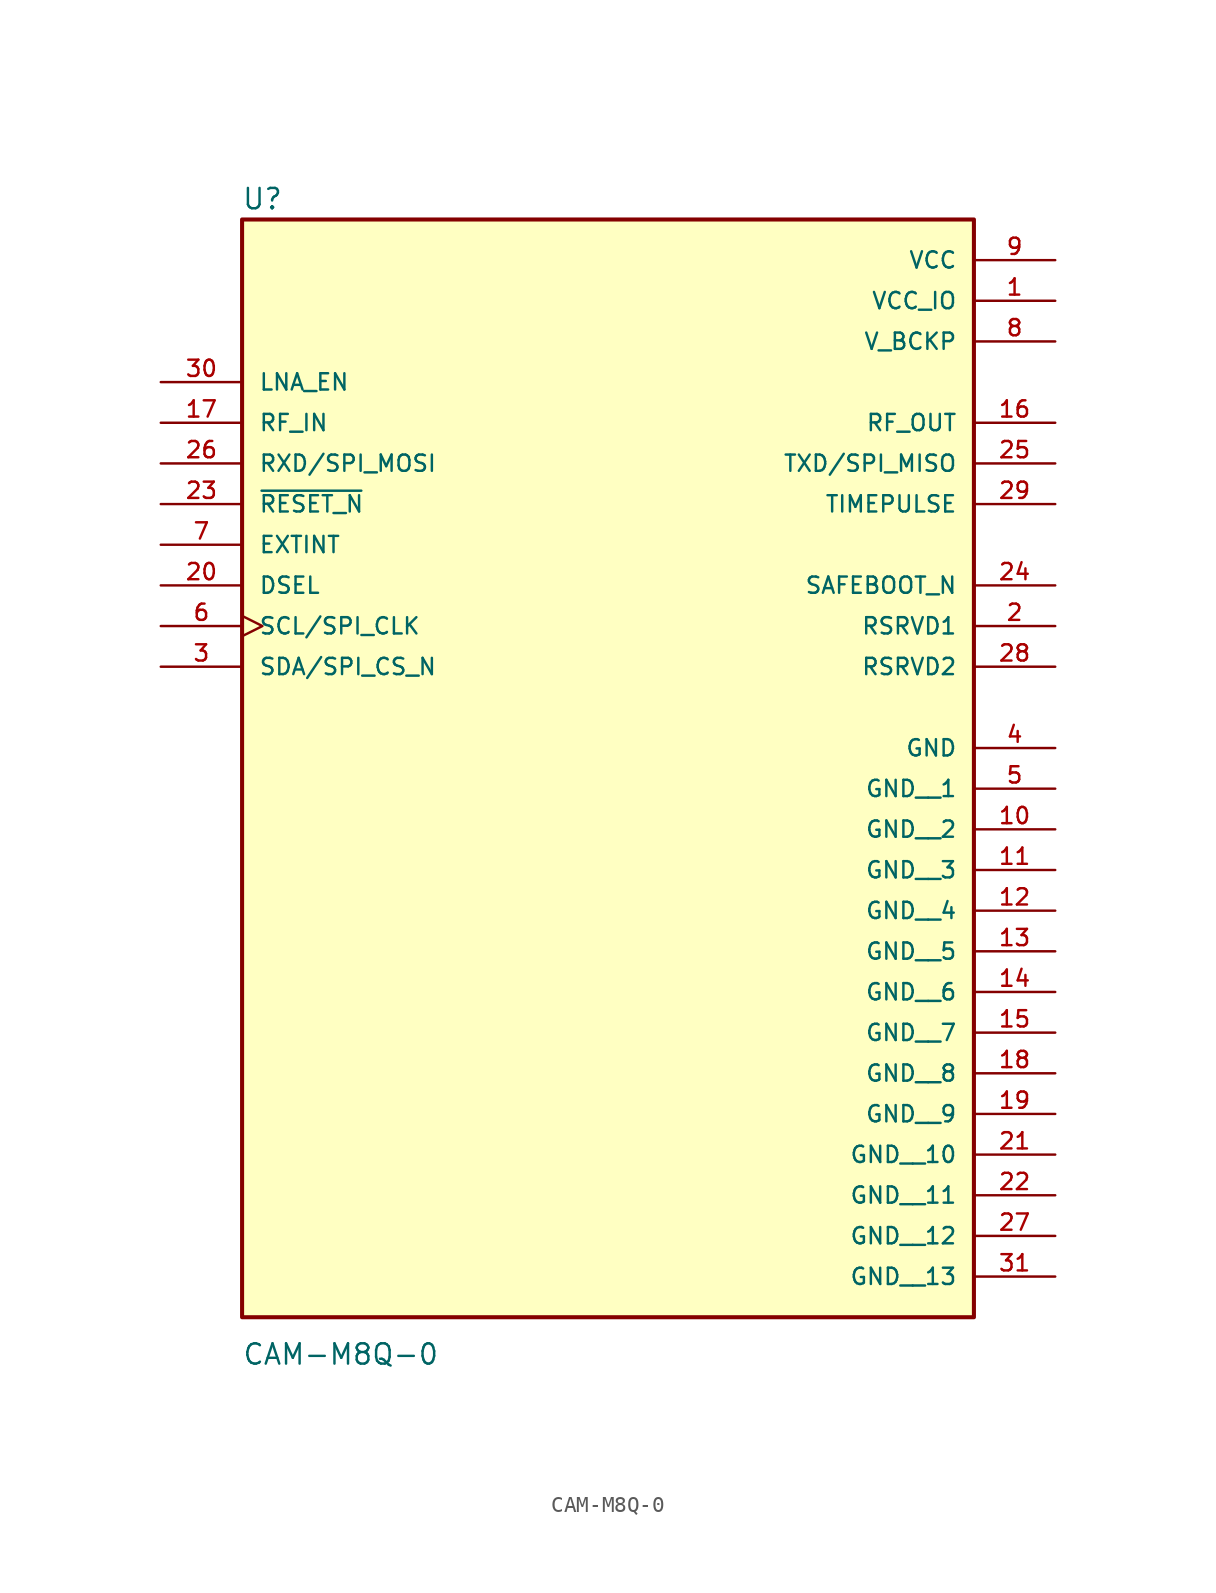
<source format=kicad_sym>
(kicad_symbol_lib
  (version 20211014)
  (generator kicad_symbol_editor)
  (symbol "CAM-M8Q-0"
    (pin_names
      (offset 1.016))
    (property "Reference" "U"
      (at -22.898 18.319 0)
      (effects (font (size 1.27 1.27)) (justify bottom left)))
    (property "Value" "CAM-M8Q-0"
      (at -22.874 -53.861 0)
      (effects (font (size 1.27 1.27)) (justify bottom left)))
    (symbol "CAM-M8Q-0_0_0"
      (rectangle (start -22.86 -50.8) (end 22.86 17.78) (stroke (width 0.254)) (fill (type background)))
      (pin power_in line (at 27.94 15.24 180.0) (length 5.08) (name "VCC" (effects (font (size 1.016 1.016)))) (number "9" (effects (font (size 1.016 1.016)))))
      (pin power_in line (at 27.94 -15.24 180.0) (length 5.08) (name "GND" (effects (font (size 1.016 1.016)))) (number "4" (effects (font (size 1.016 1.016)))))
      (pin power_in line (at 27.94 12.7 180.0) (length 5.08) (name "VCC_IO" (effects (font (size 1.016 1.016)))) (number "1" (effects (font (size 1.016 1.016)))))
      (pin power_in line (at 27.94 10.16 180.0) (length 5.08) (name "V_BCKP" (effects (font (size 1.016 1.016)))) (number "8" (effects (font (size 1.016 1.016)))))
      (pin input line (at -27.94 5.08 0) (length 5.08) (name "RF_IN" (effects (font (size 1.016 1.016)))) (number "17" (effects (font (size 1.016 1.016)))))
      (pin input line (at -27.94 7.62 0) (length 5.08) (name "LNA_EN" (effects (font (size 1.016 1.016)))) (number "30" (effects (font (size 1.016 1.016)))))
      (pin output line (at 27.94 5.08 180.0) (length 5.08) (name "RF_OUT" (effects (font (size 1.016 1.016)))) (number "16" (effects (font (size 1.016 1.016)))))
      (pin output line (at 27.94 2.54 180.0) (length 5.08) (name "TXD/SPI_MISO" (effects (font (size 1.016 1.016)))) (number "25" (effects (font (size 1.016 1.016)))))
      (pin input line (at -27.94 2.54 0) (length 5.08) (name "RXD/SPI_MOSI" (effects (font (size 1.016 1.016)))) (number "26" (effects (font (size 1.016 1.016)))))
      (pin input line (at -27.94 0.0 0) (length 5.08) (name "~{RESET_N}" (effects (font (size 1.016 1.016)))) (number "23" (effects (font (size 1.016 1.016)))))
      (pin input line (at -27.94 -2.54 0) (length 5.08) (name "EXTINT" (effects (font (size 1.016 1.016)))) (number "7" (effects (font (size 1.016 1.016)))))
      (pin input line (at -27.94 -5.08 0) (length 5.08) (name "DSEL" (effects (font (size 1.016 1.016)))) (number "20" (effects (font (size 1.016 1.016)))))
      (pin input clock (at -27.94 -7.62 0) (length 5.08) (name "SCL/SPI_CLK" (effects (font (size 1.016 1.016)))) (number "6" (effects (font (size 1.016 1.016)))))
      (pin output line (at 27.94 0.0 180.0) (length 5.08) (name "TIMEPULSE" (effects (font (size 1.016 1.016)))) (number "29" (effects (font (size 1.016 1.016)))))
      (pin bidirectional line (at -27.94 -10.16 0) (length 5.08) (name "SDA/SPI_CS_N" (effects (font (size 1.016 1.016)))) (number "3" (effects (font (size 1.016 1.016)))))
      (pin passive line (at 27.94 -5.08 180.0) (length 5.08) (name "SAFEBOOT_N" (effects (font (size 1.016 1.016)))) (number "24" (effects (font (size 1.016 1.016)))))
      (pin passive line (at 27.94 -7.62 180.0) (length 5.08) (name "RSRVD1" (effects (font (size 1.016 1.016)))) (number "2" (effects (font (size 1.016 1.016)))))
      (pin passive line (at 27.94 -10.16 180.0) (length 5.08) (name "RSRVD2" (effects (font (size 1.016 1.016)))) (number "28" (effects (font (size 1.016 1.016)))))
      (pin power_in line (at 27.94 -17.78 180.0) (length 5.08) (name "GND__1" (effects (font (size 1.016 1.016)))) (number "5" (effects (font (size 1.016 1.016)))))
      (pin power_in line (at 27.94 -20.32 180.0) (length 5.08) (name "GND__2" (effects (font (size 1.016 1.016)))) (number "10" (effects (font (size 1.016 1.016)))))
      (pin power_in line (at 27.94 -22.86 180.0) (length 5.08) (name "GND__3" (effects (font (size 1.016 1.016)))) (number "11" (effects (font (size 1.016 1.016)))))
      (pin power_in line (at 27.94 -25.4 180.0) (length 5.08) (name "GND__4" (effects (font (size 1.016 1.016)))) (number "12" (effects (font (size 1.016 1.016)))))
      (pin power_in line (at 27.94 -27.94 180.0) (length 5.08) (name "GND__5" (effects (font (size 1.016 1.016)))) (number "13" (effects (font (size 1.016 1.016)))))
      (pin power_in line (at 27.94 -30.48 180.0) (length 5.08) (name "GND__6" (effects (font (size 1.016 1.016)))) (number "14" (effects (font (size 1.016 1.016)))))
      (pin power_in line (at 27.94 -33.02 180.0) (length 5.08) (name "GND__7" (effects (font (size 1.016 1.016)))) (number "15" (effects (font (size 1.016 1.016)))))
      (pin power_in line (at 27.94 -35.56 180.0) (length 5.08) (name "GND__8" (effects (font (size 1.016 1.016)))) (number "18" (effects (font (size 1.016 1.016)))))
      (pin power_in line (at 27.94 -38.1 180.0) (length 5.08) (name "GND__9" (effects (font (size 1.016 1.016)))) (number "19" (effects (font (size 1.016 1.016)))))
      (pin power_in line (at 27.94 -40.64 180.0) (length 5.08) (name "GND__10" (effects (font (size 1.016 1.016)))) (number "21" (effects (font (size 1.016 1.016)))))
      (pin power_in line (at 27.94 -43.18 180.0) (length 5.08) (name "GND__11" (effects (font (size 1.016 1.016)))) (number "22" (effects (font (size 1.016 1.016)))))
      (pin power_in line (at 27.94 -45.72 180.0) (length 5.08) (name "GND__12" (effects (font (size 1.016 1.016)))) (number "27" (effects (font (size 1.016 1.016)))))
      (pin power_in line (at 27.94 -48.26 180.0) (length 5.08) (name "GND__13" (effects (font (size 1.016 1.016)))) (number "31" (effects (font (size 1.016 1.016))))))))
</source>
